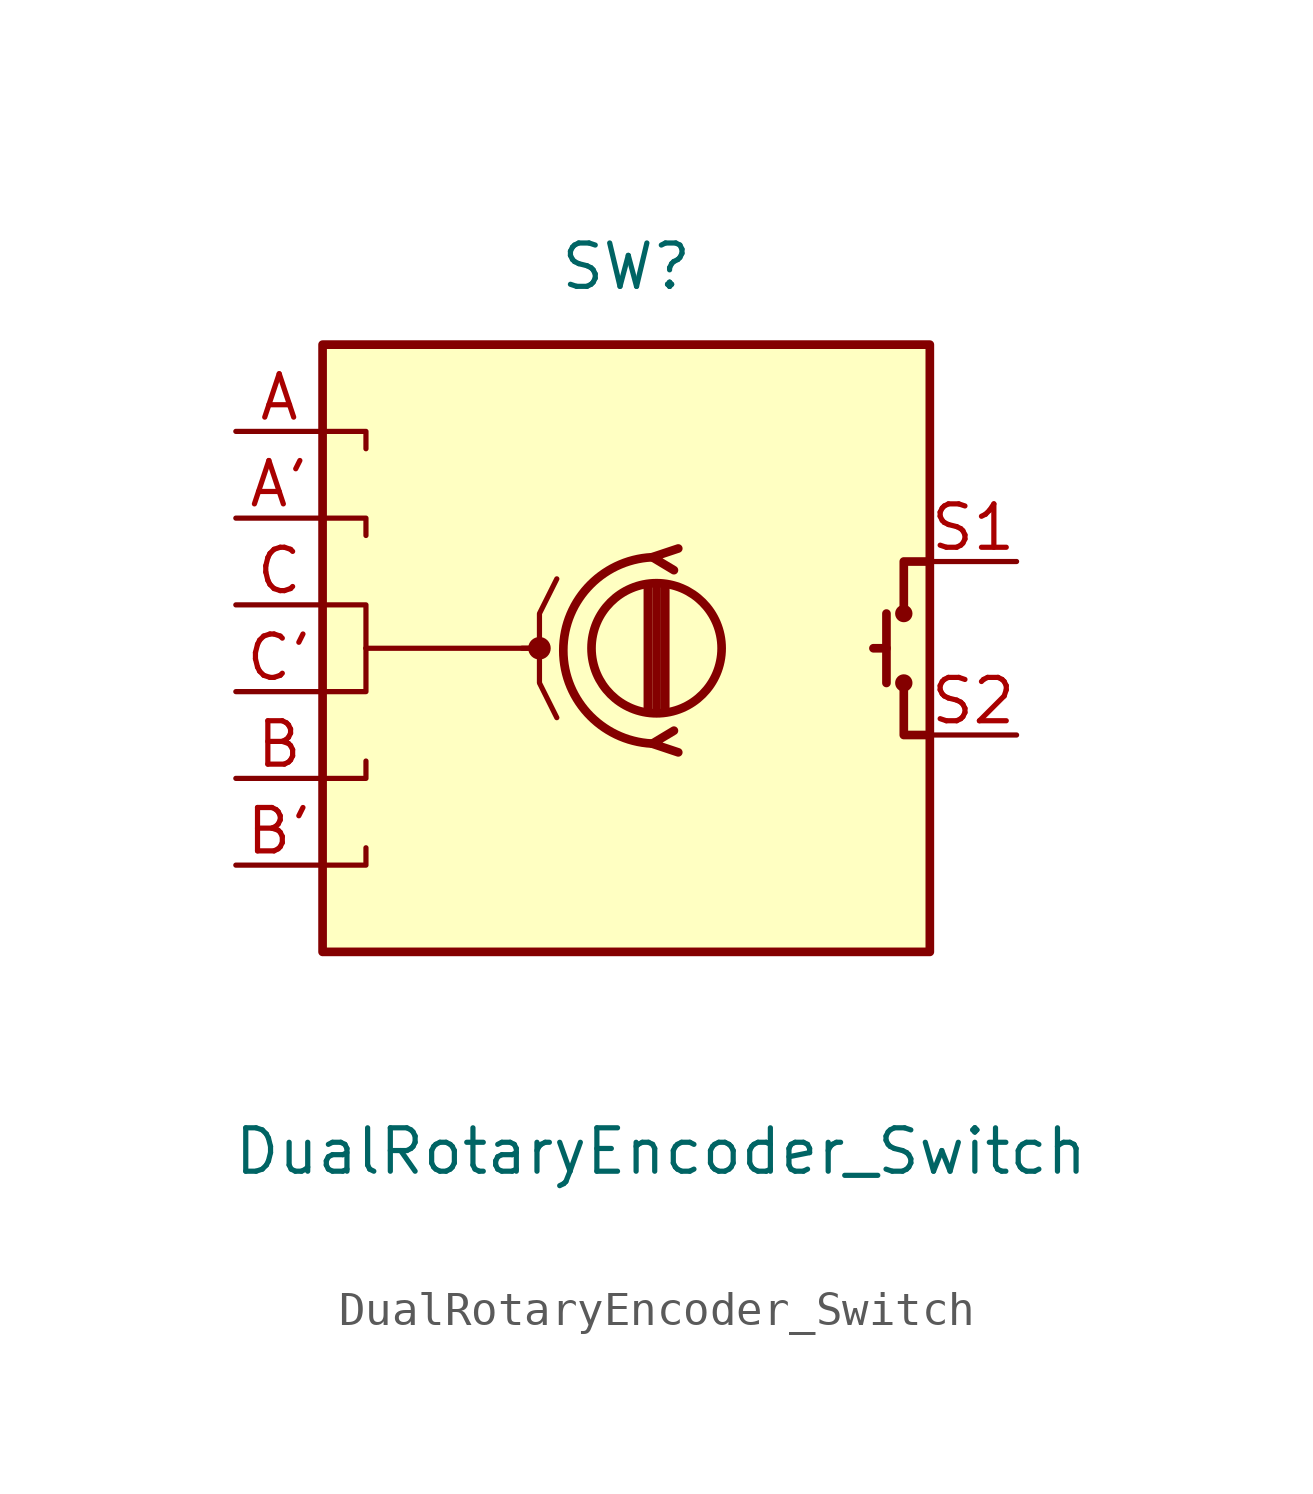
<source format=kicad_sym>
(kicad_symbol_lib
  (version 20231120)
  (generator "kicad_symbol_editor")
  (generator_version "8.0")
  (symbol "DualRotaryEncoder_Switch"
    (pin_names
      (offset 0.254) hide)
    (property "Reference" "SW"
      (at 0 11.176 0)
      (effects (font (size 1.27 1.27))))
    (property "Value" "DualRotaryEncoder_Switch"
      (at 1.016 -14.732 0)
      (effects (font (size 1.27 1.27))))
    (symbol "DualRotaryEncoder_Switch_0_1"
      (rectangle (start -8.89 8.89) (end 8.89 -8.89) (stroke (width 0.254) (type default)) (fill (type background)))
      (circle (center -2.54 0) (radius 0.254) (stroke (width 0) (type default)) (fill (type outline)))
      (polyline (pts (xy 0.635 -1.778) (xy 0.635 1.778)) (stroke (width 0.254) (type default)) (fill (type none)))
      (polyline (pts (xy 0.889 -1.778) (xy 0.889 1.778)) (stroke (width 0.254) (type default)) (fill (type none)))
      (polyline (pts (xy 1.143 1.778) (xy 1.143 -1.778)) (stroke (width 0.254) (type default)) (fill (type none)))
      (polyline (pts (xy 7.62 0) (xy 7.239 0)) (stroke (width 0.254) (type default)) (fill (type none)))
      (polyline (pts (xy 7.62 1.016) (xy 7.62 -1.016)) (stroke (width 0.254) (type default)) (fill (type none)))
      (polyline (pts (xy -8.89 -6.35) (xy -7.62 -6.35) (xy -7.62 -5.842)) (stroke (width 0) (type default)) (fill (type none)))
      (polyline (pts (xy -8.89 -3.81) (xy -7.62 -3.81) (xy -7.62 -3.302)) (stroke (width 0) (type default)) (fill (type none)))
      (polyline (pts (xy -8.89 3.81) (xy -7.62 3.81) (xy -7.62 3.302)) (stroke (width 0) (type default)) (fill (type none)))
      (polyline (pts (xy -8.89 6.35) (xy -7.62 6.35) (xy -7.62 5.842)) (stroke (width 0) (type default)) (fill (type none)))
      (polyline (pts (xy -7.62 0) (xy -7.62 -1.27) (xy -8.89 -1.27)) (stroke (width 0) (type default)) (fill (type none)))
      (polyline (pts (xy -7.62 0) (xy -7.62 1.27) (xy -8.89 1.27)) (stroke (width 0) (type default)) (fill (type none)))
      (polyline (pts (xy 1.524 -3.048) (xy 0.762 -2.794) (xy 1.397 -2.413)) (stroke (width 0.254) (type default)) (fill (type none)))
      (polyline (pts (xy 1.524 2.921) (xy 0.762 2.667) (xy 1.397 2.286)) (stroke (width 0.254) (type default)) (fill (type none)))
      (polyline (pts (xy 8.89 -2.54) (xy 8.128 -2.54) (xy 8.128 -1.016)) (stroke (width 0.254) (type default)) (fill (type none)))
      (polyline (pts (xy 8.89 2.54) (xy 8.128 2.54) (xy 8.128 1.016)) (stroke (width 0.254) (type default)) (fill (type none)))
      (polyline (pts (xy -7.62 0) (xy -2.54 0) (xy -2.54 -1.016) (xy -2.032 -2.032)) (stroke (width 0) (type default)) (fill (type none)))
      (polyline (pts (xy -3.048 0) (xy -2.54 0) (xy -2.54 1.016) (xy -2.032 2.032)) (stroke (width 0) (type default)) (fill (type none)))
      (circle (center 0.889 0) (radius 1.905) (stroke (width 0.254) (type default)) (fill (type none)))
      (arc (start 0.889 2.667) (mid -1.8288 -0.0635) (end 0.889 -2.794) (stroke (width 0.254) (type default)) (fill (type none)))
      (circle (center 8.128 -1.016) (radius 0.127) (stroke (width 0.254) (type default)) (fill (type none)))
      (circle (center 8.128 1.016) (radius 0.127) (stroke (width 0.254) (type default)) (fill (type none))))
    (symbol "DualRotaryEncoder_Switch_1_0"
      (pin passive line (at -11.43 3.81 0) (length 2.54) (name "A'" (effects (font (size 1.27 1.27)))) (number "A'" (effects (font (size 1.27 1.27)))))
      (pin passive line (at -11.43 -6.35 0) (length 2.54) (name "B'" (effects (font (size 1.27 1.27)))) (number "B'" (effects (font (size 1.27 1.27)))))
      (pin passive line (at -11.43 -1.27 0) (length 2.54) (name "C'" (effects (font (size 1.27 1.27)))) (number "C'" (effects (font (size 1.27 1.27))))))
    (symbol "DualRotaryEncoder_Switch_1_1"
      (pin passive line (at -11.43 6.35 0) (length 2.54) (name "A" (effects (font (size 1.27 1.27)))) (number "A" (effects (font (size 1.27 1.27)))))
      (pin passive line (at -11.43 -3.81 0) (length 2.54) (name "B" (effects (font (size 1.27 1.27)))) (number "B" (effects (font (size 1.27 1.27)))))
      (pin passive line (at -11.43 1.27 0) (length 2.54) (name "C" (effects (font (size 1.27 1.27)))) (number "C" (effects (font (size 1.27 1.27)))))
      (pin passive line (at 11.43 2.54 180) (length 2.54) (name "S1" (effects (font (size 1.27 1.27)))) (number "S1" (effects (font (size 1.27 1.27)))))
      (pin passive line (at 11.43 -2.54 180) (length 2.54) (name "S2" (effects (font (size 1.27 1.27)))) (number "S2" (effects (font (size 1.27 1.27))))))))
</source>
